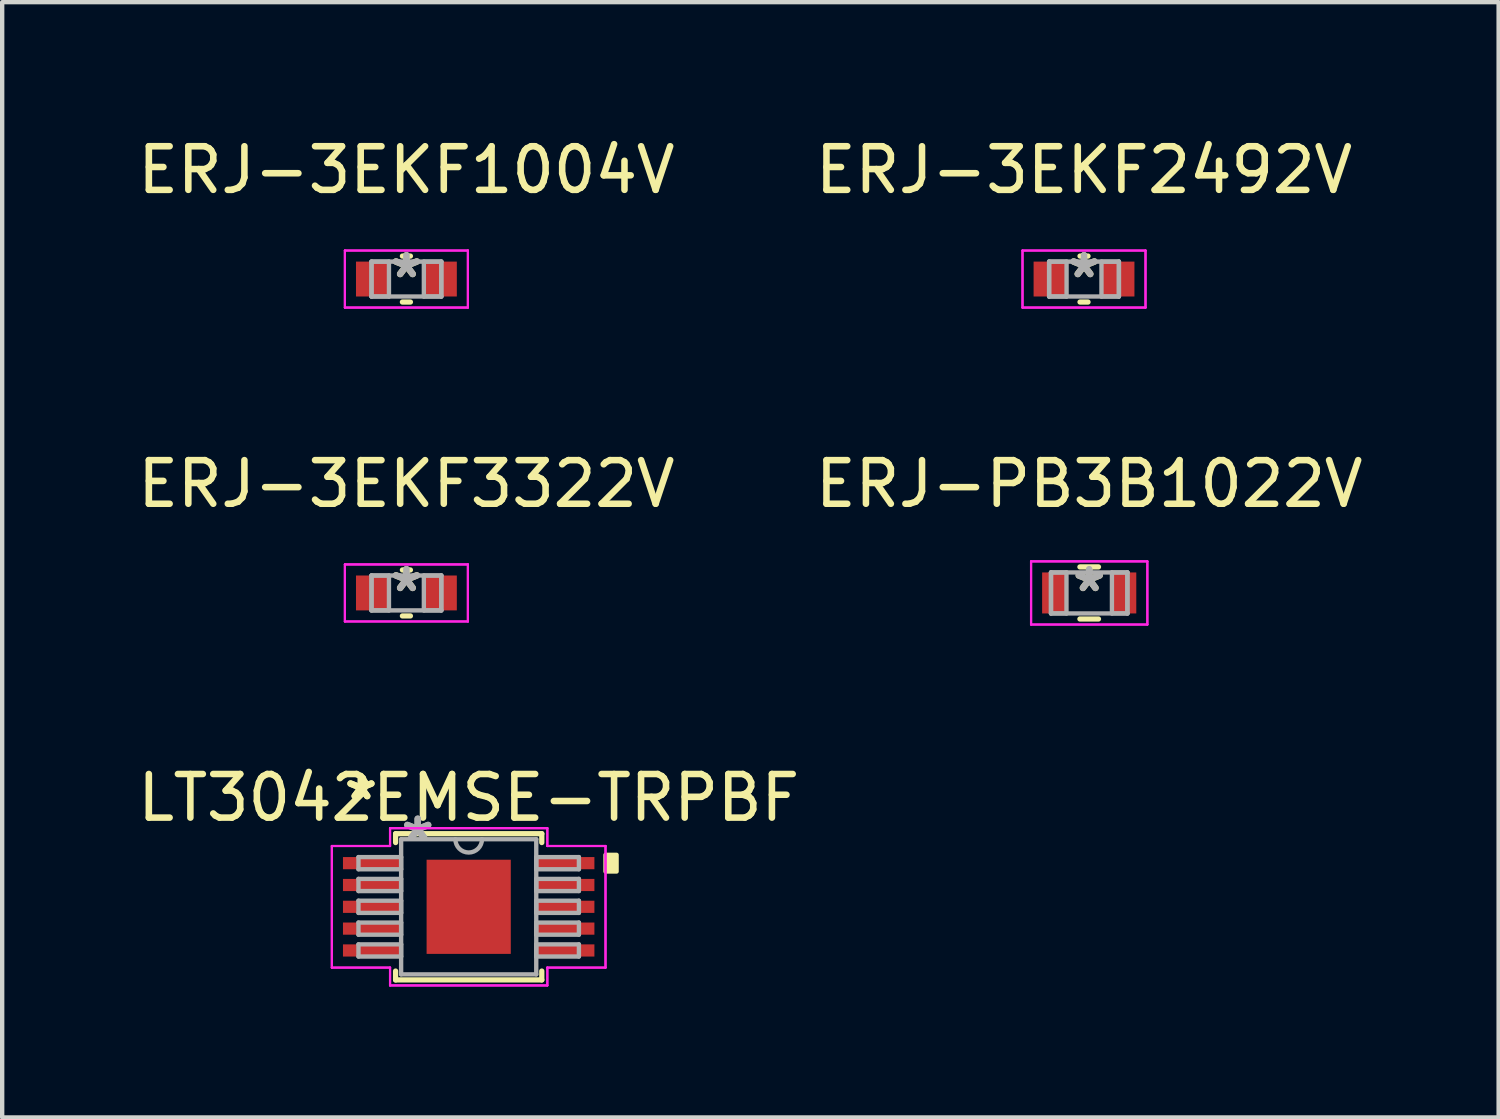
<source format=kicad_pcb>
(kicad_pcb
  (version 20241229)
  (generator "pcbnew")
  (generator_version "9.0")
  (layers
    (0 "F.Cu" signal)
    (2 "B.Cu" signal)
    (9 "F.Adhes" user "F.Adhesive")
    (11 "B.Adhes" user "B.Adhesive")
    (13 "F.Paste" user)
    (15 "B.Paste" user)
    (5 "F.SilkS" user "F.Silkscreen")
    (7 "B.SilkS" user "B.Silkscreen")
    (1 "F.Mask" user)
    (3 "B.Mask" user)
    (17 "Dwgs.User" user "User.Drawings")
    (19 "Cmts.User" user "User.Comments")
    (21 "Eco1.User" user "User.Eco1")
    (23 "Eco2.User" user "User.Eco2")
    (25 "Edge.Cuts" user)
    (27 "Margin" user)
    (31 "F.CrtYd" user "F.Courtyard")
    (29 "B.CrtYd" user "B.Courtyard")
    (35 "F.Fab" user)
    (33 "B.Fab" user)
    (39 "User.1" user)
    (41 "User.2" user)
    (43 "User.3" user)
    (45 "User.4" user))
  (footprint "LT3042EMSE-TRPBF"
    (layer "F.Cu")
    (at 7.696 17.741)
    (property "Reference" "LT3042EMSE-TRPBF" (at 0 -2.5 0) (layer "F.SilkS") (effects (font (size 1 1) (thickness 0.15))))
    (attr through_hole)
    (fp_line (start -1.676 -1.676) (end -1.676 -1.473) (stroke (width 0.12) (type solid)) (layer "F.SilkS"))
    (fp_line (start -1.676 1.473) (end -1.676 1.676) (stroke (width 0.12) (type solid)) (layer "F.SilkS"))
    (fp_line (start -1.676 1.676) (end 1.676 1.676) (stroke (width 0.12) (type solid)) (layer "F.SilkS"))
    (fp_line (start 1.676 -1.676) (end -1.676 -1.676) (stroke (width 0.12) (type solid)) (layer "F.SilkS"))
    (fp_line (start 1.676 -1.473) (end 1.676 -1.676) (stroke (width 0.12) (type solid)) (layer "F.SilkS"))
    (fp_line (start 1.676 1.676) (end 1.676 1.473) (stroke (width 0.12) (type solid)) (layer "F.SilkS"))
    (fp_poly (pts (xy 3.391 -1.191) (xy 3.391 -0.81) (xy 3.137 -0.81) (xy 3.137 -1.191)) (stroke (width 0.1) (type solid)) (fill yes) (layer "F.SilkS"))
    (fp_line (start -3.137 -1.394) (end -1.803 -1.394) (stroke (width 0.05) (type solid)) (layer "F.CrtYd"))
    (fp_line (start -3.137 -1.394) (end -1.803 -1.394) (stroke (width 0.05) (type solid)) (layer "F.CrtYd"))
    (fp_line (start -3.137 1.394) (end -3.137 -1.394) (stroke (width 0.05) (type solid)) (layer "F.CrtYd"))
    (fp_line (start -3.137 1.394) (end -3.137 -1.394) (stroke (width 0.05) (type solid)) (layer "F.CrtYd"))
    (fp_line (start -3.137 1.394) (end -1.803 1.394) (stroke (width 0.05) (type solid)) (layer "F.CrtYd"))
    (fp_line (start -1.803 -1.803) (end 1.803 -1.803) (stroke (width 0.05) (type solid)) (layer "F.CrtYd"))
    (fp_line (start -1.803 -1.803) (end 1.803 -1.803) (stroke (width 0.05) (type solid)) (layer "F.CrtYd"))
    (fp_line (start -1.803 -1.394) (end -1.803 -1.803) (stroke (width 0.05) (type solid)) (layer "F.CrtYd"))
    (fp_line (start -1.803 -1.394) (end -1.803 -1.803) (stroke (width 0.05) (type solid)) (layer "F.CrtYd"))
    (fp_line (start -1.803 1.394) (end -3.137 1.394) (stroke (width 0.05) (type solid)) (layer "F.CrtYd"))
    (fp_line (start -1.803 1.803) (end -1.803 1.394) (stroke (width 0.05) (type solid)) (layer "F.CrtYd"))
    (fp_line (start -1.803 1.803) (end -1.803 1.394) (stroke (width 0.05) (type solid)) (layer "F.CrtYd"))
    (fp_line (start 1.803 -1.803) (end 1.803 -1.394) (stroke (width 0.05) (type solid)) (layer "F.CrtYd"))
    (fp_line (start 1.803 -1.803) (end 1.803 -1.394) (stroke (width 0.05) (type solid)) (layer "F.CrtYd"))
    (fp_line (start 1.803 -1.394) (end 3.137 -1.394) (stroke (width 0.05) (type solid)) (layer "F.CrtYd"))
    (fp_line (start 1.803 1.394) (end 1.803 1.803) (stroke (width 0.05) (type solid)) (layer "F.CrtYd"))
    (fp_line (start 1.803 1.394) (end 1.803 1.803) (stroke (width 0.05) (type solid)) (layer "F.CrtYd"))
    (fp_line (start 1.803 1.803) (end -1.803 1.803) (stroke (width 0.05) (type solid)) (layer "F.CrtYd"))
    (fp_line (start 1.803 1.803) (end -1.803 1.803) (stroke (width 0.05) (type solid)) (layer "F.CrtYd"))
    (fp_line (start 3.137 -1.394) (end 1.803 -1.394) (stroke (width 0.05) (type solid)) (layer "F.CrtYd"))
    (fp_line (start 3.137 -1.394) (end 3.137 1.394) (stroke (width 0.05) (type solid)) (layer "F.CrtYd"))
    (fp_line (start 3.137 -1.394) (end 3.137 1.394) (stroke (width 0.05) (type solid)) (layer "F.CrtYd"))
    (fp_line (start 3.137 1.394) (end 1.803 1.394) (stroke (width 0.05) (type solid)) (layer "F.CrtYd"))
    (fp_line (start 3.137 1.394) (end 1.803 1.394) (stroke (width 0.05) (type solid)) (layer "F.CrtYd"))
    (fp_line (start -2.527 -1.14) (end -2.527 -0.861) (stroke (width 0.1) (type solid)) (layer "F.Fab"))
    (fp_line (start -2.527 -0.861) (end -1.549 -0.861) (stroke (width 0.1) (type solid)) (layer "F.Fab"))
    (fp_line (start -2.527 -0.64) (end -2.527 -0.361) (stroke (width 0.1) (type solid)) (layer "F.Fab"))
    (fp_line (start -2.527 -0.361) (end -1.549 -0.361) (stroke (width 0.1) (type solid)) (layer "F.Fab"))
    (fp_line (start -2.527 -0.14) (end -2.527 0.14) (stroke (width 0.1) (type solid)) (layer "F.Fab"))
    (fp_line (start -2.527 0.14) (end -1.549 0.14) (stroke (width 0.1) (type solid)) (layer "F.Fab"))
    (fp_line (start -2.527 0.361) (end -2.527 0.64) (stroke (width 0.1) (type solid)) (layer "F.Fab"))
    (fp_line (start -2.527 0.64) (end -1.549 0.64) (stroke (width 0.1) (type solid)) (layer "F.Fab"))
    (fp_line (start -2.527 0.861) (end -2.527 1.14) (stroke (width 0.1) (type solid)) (layer "F.Fab"))
    (fp_line (start -2.527 1.14) (end -1.549 1.14) (stroke (width 0.1) (type solid)) (layer "F.Fab"))
    (fp_line (start -1.549 -1.549) (end -1.549 1.549) (stroke (width 0.1) (type solid)) (layer "F.Fab"))
    (fp_line (start -1.549 -1.14) (end -2.527 -1.14) (stroke (width 0.1) (type solid)) (layer "F.Fab"))
    (fp_line (start -1.549 -0.861) (end -1.549 -1.14) (stroke (width 0.1) (type solid)) (layer "F.Fab"))
    (fp_line (start -1.549 -0.64) (end -2.527 -0.64) (stroke (width 0.1) (type solid)) (layer "F.Fab"))
    (fp_line (start -1.549 -0.361) (end -1.549 -0.64) (stroke (width 0.1) (type solid)) (layer "F.Fab"))
    (fp_line (start -1.549 -0.14) (end -2.527 -0.14) (stroke (width 0.1) (type solid)) (layer "F.Fab"))
    (fp_line (start -1.549 0.14) (end -1.549 -0.14) (stroke (width 0.1) (type solid)) (layer "F.Fab"))
    (fp_line (start -1.549 0.361) (end -2.527 0.361) (stroke (width 0.1) (type solid)) (layer "F.Fab"))
    (fp_line (start -1.549 0.64) (end -1.549 0.361) (stroke (width 0.1) (type solid)) (layer "F.Fab"))
    (fp_line (start -1.549 0.861) (end -2.527 0.861) (stroke (width 0.1) (type solid)) (layer "F.Fab"))
    (fp_line (start -1.549 1.14) (end -1.549 0.861) (stroke (width 0.1) (type solid)) (layer "F.Fab"))
    (fp_line (start -1.549 1.549) (end 1.549 1.549) (stroke (width 0.1) (type solid)) (layer "F.Fab"))
    (fp_line (start 1.549 -1.549) (end -1.549 -1.549) (stroke (width 0.1) (type solid)) (layer "F.Fab"))
    (fp_line (start 1.549 -1.14) (end 1.549 -0.861) (stroke (width 0.1) (type solid)) (layer "F.Fab"))
    (fp_line (start 1.549 -0.861) (end 2.527 -0.861) (stroke (width 0.1) (type solid)) (layer "F.Fab"))
    (fp_line (start 1.549 -0.64) (end 1.549 -0.361) (stroke (width 0.1) (type solid)) (layer "F.Fab"))
    (fp_line (start 1.549 -0.361) (end 2.527 -0.361) (stroke (width 0.1) (type solid)) (layer "F.Fab"))
    (fp_line (start 1.549 -0.14) (end 1.549 0.14) (stroke (width 0.1) (type solid)) (layer "F.Fab"))
    (fp_line (start 1.549 0.14) (end 2.527 0.14) (stroke (width 0.1) (type solid)) (layer "F.Fab"))
    (fp_line (start 1.549 0.361) (end 1.549 0.64) (stroke (width 0.1) (type solid)) (layer "F.Fab"))
    (fp_line (start 1.549 0.64) (end 2.527 0.64) (stroke (width 0.1) (type solid)) (layer "F.Fab"))
    (fp_line (start 1.549 0.861) (end 1.549 1.14) (stroke (width 0.1) (type solid)) (layer "F.Fab"))
    (fp_line (start 1.549 1.14) (end 2.527 1.14) (stroke (width 0.1) (type solid)) (layer "F.Fab"))
    (fp_line (start 1.549 1.549) (end 1.549 -1.549) (stroke (width 0.1) (type solid)) (layer "F.Fab"))
    (fp_line (start 2.527 -1.14) (end 1.549 -1.14) (stroke (width 0.1) (type solid)) (layer "F.Fab"))
    (fp_line (start 2.527 -0.861) (end 2.527 -1.14) (stroke (width 0.1) (type solid)) (layer "F.Fab"))
    (fp_line (start 2.527 -0.64) (end 1.549 -0.64) (stroke (width 0.1) (type solid)) (layer "F.Fab"))
    (fp_line (start 2.527 -0.361) (end 2.527 -0.64) (stroke (width 0.1) (type solid)) (layer "F.Fab"))
    (fp_line (start 2.527 -0.14) (end 1.549 -0.14) (stroke (width 0.1) (type solid)) (layer "F.Fab"))
    (fp_line (start 2.527 0.14) (end 2.527 -0.14) (stroke (width 0.1) (type solid)) (layer "F.Fab"))
    (fp_line (start 2.527 0.361) (end 1.549 0.361) (stroke (width 0.1) (type solid)) (layer "F.Fab"))
    (fp_line (start 2.527 0.64) (end 2.527 0.361) (stroke (width 0.1) (type solid)) (layer "F.Fab"))
    (fp_line (start 2.527 0.861) (end 1.549 0.861) (stroke (width 0.1) (type solid)) (layer "F.Fab"))
    (fp_line (start 2.527 1.14) (end 2.527 0.861) (stroke (width 0.1) (type solid)) (layer "F.Fab"))
    (fp_arc (start 0.3048 -1.5494) (mid 0 -1.2446) (end -0.3048 -1.5494) (stroke (width 0.1) (type solid)) (layer "F.Fab"))
    (fp_text user "*" (at -2.47 -2.423 0) (layer "F.SilkS") (effects (font (size 1 1) (thickness 0.15))))
    (fp_text user "*" (at -2.47 -2.423 0) (layer "F.SilkS") (effects (font (size 1 1) (thickness 0.15))))
    (fp_text user "*" (at -1.168 -1.473 0) (layer "F.Fab") (effects (font (size 1 1) (thickness 0.15))))
    (fp_text user "*" (at -1.168 -1.473 0) (layer "F.Fab") (effects (font (size 1 1) (thickness 0.15))))
    (pad "1" smd rect (at -2.216 -1.001) (size 1.333 0.279) (layers "F.Cu" "F.Mask" "F.Paste"))
    (pad "2" smd rect (at -2.216 -0.5) (size 1.333 0.279) (layers "F.Cu" "F.Mask" "F.Paste"))
    (pad "3" smd rect (at -2.216 0) (size 1.333 0.279) (layers "F.Cu" "F.Mask" "F.Paste"))
    (pad "4" smd rect (at -2.216 0.5) (size 1.333 0.279) (layers "F.Cu" "F.Mask" "F.Paste"))
    (pad "5" smd rect (at -2.216 1.001) (size 1.333 0.279) (layers "F.Cu" "F.Mask" "F.Paste"))
    (pad "6" smd rect (at 2.216 1.001) (size 1.333 0.279) (layers "F.Cu" "F.Mask" "F.Paste"))
    (pad "7" smd rect (at 2.216 0.5) (size 1.333 0.279) (layers "F.Cu" "F.Mask" "F.Paste"))
    (pad "8" smd rect (at 2.216 0) (size 1.333 0.279) (layers "F.Cu" "F.Mask" "F.Paste"))
    (pad "9" smd rect (at 2.216 -0.5) (size 1.333 0.279) (layers "F.Cu" "F.Mask" "F.Paste"))
    (pad "10" smd rect (at 2.216 -1.001) (size 1.333 0.279) (layers "F.Cu" "F.Mask" "F.Paste"))
    (pad "EPAD" smd rect (at 0 0) (size 1.93 2.159) (layers "F.Cu" "F.Mask" "F.Paste")))
  (footprint "ERJ-3EKF2492V"
    (layer "F.Cu")
    (at 21.804 3.348)
    (property "Reference" "ERJ-3EKF2492V" (at 0 -2.5 0) (layer "F.SilkS") (effects (font (size 1 1) (thickness 0.15))))
    (attr through_hole)
    (fp_line (start -0.092 0.527) (end 0.092 0.527) (stroke (width 0.12) (type solid)) (layer "F.SilkS"))
    (fp_line (start 0.092 -0.527) (end -0.092 -0.527) (stroke (width 0.12) (type solid)) (layer "F.SilkS"))
    (fp_line (start -1.41 -0.654) (end 1.41 -0.654) (stroke (width 0.05) (type solid)) (layer "F.CrtYd"))
    (fp_line (start -1.41 -0.654) (end 1.41 -0.654) (stroke (width 0.05) (type solid)) (layer "F.CrtYd"))
    (fp_line (start -1.41 0.654) (end -1.41 -0.654) (stroke (width 0.05) (type solid)) (layer "F.CrtYd"))
    (fp_line (start -1.41 0.654) (end -1.41 -0.654) (stroke (width 0.05) (type solid)) (layer "F.CrtYd"))
    (fp_line (start 1.41 -0.654) (end 1.41 0.654) (stroke (width 0.05) (type solid)) (layer "F.CrtYd"))
    (fp_line (start 1.41 -0.654) (end 1.41 0.654) (stroke (width 0.05) (type solid)) (layer "F.CrtYd"))
    (fp_line (start 1.41 0.654) (end -1.41 0.654) (stroke (width 0.05) (type solid)) (layer "F.CrtYd"))
    (fp_line (start 1.41 0.654) (end -1.41 0.654) (stroke (width 0.05) (type solid)) (layer "F.CrtYd"))
    (fp_line (start -0.8 -0.4) (end -0.8 0.4) (stroke (width 0.1) (type solid)) (layer "F.Fab"))
    (fp_line (start -0.8 -0.4) (end -0.8 0.4) (stroke (width 0.1) (type solid)) (layer "F.Fab"))
    (fp_line (start -0.8 0.4) (end -0.4 0.4) (stroke (width 0.1) (type solid)) (layer "F.Fab"))
    (fp_line (start -0.8 0.4) (end 0.8 0.4) (stroke (width 0.1) (type solid)) (layer "F.Fab"))
    (fp_line (start -0.4 -0.4) (end -0.8 -0.4) (stroke (width 0.1) (type solid)) (layer "F.Fab"))
    (fp_line (start -0.4 0.4) (end -0.4 -0.4) (stroke (width 0.1) (type solid)) (layer "F.Fab"))
    (fp_line (start 0.4 -0.4) (end 0.4 0.4) (stroke (width 0.1) (type solid)) (layer "F.Fab"))
    (fp_line (start 0.4 0.4) (end 0.8 0.4) (stroke (width 0.1) (type solid)) (layer "F.Fab"))
    (fp_line (start 0.8 -0.4) (end -0.8 -0.4) (stroke (width 0.1) (type solid)) (layer "F.Fab"))
    (fp_line (start 0.8 -0.4) (end 0.4 -0.4) (stroke (width 0.1) (type solid)) (layer "F.Fab"))
    (fp_line (start 0.8 0.4) (end 0.8 -0.4) (stroke (width 0.1) (type solid)) (layer "F.Fab"))
    (fp_line (start 0.8 0.4) (end 0.8 -0.4) (stroke (width 0.1) (type solid)) (layer "F.Fab"))
    (fp_text user "*" (at 0 0 0) (layer "F.SilkS") (effects (font (size 1 1) (thickness 0.15))))
    (fp_text user "*" (at 0 0 0) (layer "F.Fab") (effects (font (size 1 1) (thickness 0.15))))
    (pad "1" smd rect (at -0.778 0) (size 0.756 0.8) (layers "F.Cu" "F.Mask" "F.Paste"))
    (pad "2" smd rect (at 0.778 0) (size 0.756 0.8) (layers "F.Cu" "F.Mask" "F.Paste")))
  (footprint "ERJ-3EKF3322V"
    (layer "F.Cu")
    (at 6.268 10.545)
    (property "Reference" "ERJ-3EKF3322V" (at 0 -2.5 0) (layer "F.SilkS") (effects (font (size 1 1) (thickness 0.15))))
    (attr through_hole)
    (fp_line (start -0.092 0.527) (end 0.092 0.527) (stroke (width 0.12) (type solid)) (layer "F.SilkS"))
    (fp_line (start 0.092 -0.527) (end -0.092 -0.527) (stroke (width 0.12) (type solid)) (layer "F.SilkS"))
    (fp_line (start -1.41 -0.654) (end 1.41 -0.654) (stroke (width 0.05) (type solid)) (layer "F.CrtYd"))
    (fp_line (start -1.41 -0.654) (end 1.41 -0.654) (stroke (width 0.05) (type solid)) (layer "F.CrtYd"))
    (fp_line (start -1.41 0.654) (end -1.41 -0.654) (stroke (width 0.05) (type solid)) (layer "F.CrtYd"))
    (fp_line (start -1.41 0.654) (end -1.41 -0.654) (stroke (width 0.05) (type solid)) (layer "F.CrtYd"))
    (fp_line (start 1.41 -0.654) (end 1.41 0.654) (stroke (width 0.05) (type solid)) (layer "F.CrtYd"))
    (fp_line (start 1.41 -0.654) (end 1.41 0.654) (stroke (width 0.05) (type solid)) (layer "F.CrtYd"))
    (fp_line (start 1.41 0.654) (end -1.41 0.654) (stroke (width 0.05) (type solid)) (layer "F.CrtYd"))
    (fp_line (start 1.41 0.654) (end -1.41 0.654) (stroke (width 0.05) (type solid)) (layer "F.CrtYd"))
    (fp_line (start -0.8 -0.4) (end -0.8 0.4) (stroke (width 0.1) (type solid)) (layer "F.Fab"))
    (fp_line (start -0.8 -0.4) (end -0.8 0.4) (stroke (width 0.1) (type solid)) (layer "F.Fab"))
    (fp_line (start -0.8 0.4) (end -0.4 0.4) (stroke (width 0.1) (type solid)) (layer "F.Fab"))
    (fp_line (start -0.8 0.4) (end 0.8 0.4) (stroke (width 0.1) (type solid)) (layer "F.Fab"))
    (fp_line (start -0.4 -0.4) (end -0.8 -0.4) (stroke (width 0.1) (type solid)) (layer "F.Fab"))
    (fp_line (start -0.4 0.4) (end -0.4 -0.4) (stroke (width 0.1) (type solid)) (layer "F.Fab"))
    (fp_line (start 0.4 -0.4) (end 0.4 0.4) (stroke (width 0.1) (type solid)) (layer "F.Fab"))
    (fp_line (start 0.4 0.4) (end 0.8 0.4) (stroke (width 0.1) (type solid)) (layer "F.Fab"))
    (fp_line (start 0.8 -0.4) (end -0.8 -0.4) (stroke (width 0.1) (type solid)) (layer "F.Fab"))
    (fp_line (start 0.8 -0.4) (end 0.4 -0.4) (stroke (width 0.1) (type solid)) (layer "F.Fab"))
    (fp_line (start 0.8 0.4) (end 0.8 -0.4) (stroke (width 0.1) (type solid)) (layer "F.Fab"))
    (fp_line (start 0.8 0.4) (end 0.8 -0.4) (stroke (width 0.1) (type solid)) (layer "F.Fab"))
    (fp_text user "*" (at 0 0 0) (layer "F.SilkS") (effects (font (size 1 1) (thickness 0.15))))
    (fp_text user "*" (at 0 0 0) (layer "F.Fab") (effects (font (size 1 1) (thickness 0.15))))
    (pad "1" smd rect (at -0.778 0) (size 0.756 0.8) (layers "F.Cu" "F.Mask" "F.Paste"))
    (pad "2" smd rect (at 0.778 0) (size 0.756 0.8) (layers "F.Cu" "F.Mask" "F.Paste")))
  (footprint "ERJ-PB3B1022V"
    (layer "F.Cu")
    (at 21.923 10.545)
    (property "Reference" "ERJ-PB3B1022V" (at 0 -2.5 0) (layer "F.SilkS") (effects (font (size 1 1) (thickness 0.15))))
    (attr through_hole)
    (fp_line (start -0.213 0.597) (end 0.213 0.597) (stroke (width 0.12) (type solid)) (layer "F.SilkS"))
    (fp_line (start 0.213 -0.597) (end -0.213 -0.597) (stroke (width 0.12) (type solid)) (layer "F.SilkS"))
    (fp_line (start -1.333 -0.724) (end 1.333 -0.724) (stroke (width 0.05) (type solid)) (layer "F.CrtYd"))
    (fp_line (start -1.333 -0.724) (end 1.333 -0.724) (stroke (width 0.05) (type solid)) (layer "F.CrtYd"))
    (fp_line (start -1.333 0.724) (end -1.333 -0.724) (stroke (width 0.05) (type solid)) (layer "F.CrtYd"))
    (fp_line (start -1.333 0.724) (end -1.333 -0.724) (stroke (width 0.05) (type solid)) (layer "F.CrtYd"))
    (fp_line (start 1.333 -0.724) (end 1.333 0.724) (stroke (width 0.05) (type solid)) (layer "F.CrtYd"))
    (fp_line (start 1.333 -0.724) (end 1.333 0.724) (stroke (width 0.05) (type solid)) (layer "F.CrtYd"))
    (fp_line (start 1.333 0.724) (end -1.333 0.724) (stroke (width 0.05) (type solid)) (layer "F.CrtYd"))
    (fp_line (start 1.333 0.724) (end -1.333 0.724) (stroke (width 0.05) (type solid)) (layer "F.CrtYd"))
    (fp_line (start -0.876 -0.47) (end -0.876 0.47) (stroke (width 0.1) (type solid)) (layer "F.Fab"))
    (fp_line (start -0.876 -0.47) (end -0.876 0.47) (stroke (width 0.1) (type solid)) (layer "F.Fab"))
    (fp_line (start -0.876 0.47) (end -0.521 0.47) (stroke (width 0.1) (type solid)) (layer "F.Fab"))
    (fp_line (start -0.876 0.47) (end 0.876 0.47) (stroke (width 0.1) (type solid)) (layer "F.Fab"))
    (fp_line (start -0.521 -0.47) (end -0.876 -0.47) (stroke (width 0.1) (type solid)) (layer "F.Fab"))
    (fp_line (start -0.521 0.47) (end -0.521 -0.47) (stroke (width 0.1) (type solid)) (layer "F.Fab"))
    (fp_line (start 0.521 -0.47) (end 0.521 0.47) (stroke (width 0.1) (type solid)) (layer "F.Fab"))
    (fp_line (start 0.521 0.47) (end 0.876 0.47) (stroke (width 0.1) (type solid)) (layer "F.Fab"))
    (fp_line (start 0.876 -0.47) (end -0.876 -0.47) (stroke (width 0.1) (type solid)) (layer "F.Fab"))
    (fp_line (start 0.876 -0.47) (end 0.521 -0.47) (stroke (width 0.1) (type solid)) (layer "F.Fab"))
    (fp_line (start 0.876 0.47) (end 0.876 -0.47) (stroke (width 0.1) (type solid)) (layer "F.Fab"))
    (fp_line (start 0.876 0.47) (end 0.876 -0.47) (stroke (width 0.1) (type solid)) (layer "F.Fab"))
    (fp_text user "*" (at 0 0 0) (layer "F.SilkS") (effects (font (size 1 1) (thickness 0.15))))
    (fp_text user "*" (at 0 0 0) (layer "F.Fab") (effects (font (size 1 1) (thickness 0.15))))
    (pad "1" smd rect (at -0.8 0) (size 0.559 0.94) (layers "F.Cu" "F.Mask" "F.Paste"))
    (pad "2" smd rect (at 0.8 0) (size 0.559 0.94) (layers "F.Cu" "F.Mask" "F.Paste")))
  (footprint "ERJ-3EKF1004V"
    (layer "F.Cu")
    (at 6.268 3.348)
    (property "Reference" "ERJ-3EKF1004V" (at 0 -2.5 0) (layer "F.SilkS") (effects (font (size 1 1) (thickness 0.15))))
    (attr through_hole)
    (fp_line (start -0.092 0.527) (end 0.092 0.527) (stroke (width 0.12) (type solid)) (layer "F.SilkS"))
    (fp_line (start 0.092 -0.527) (end -0.092 -0.527) (stroke (width 0.12) (type solid)) (layer "F.SilkS"))
    (fp_line (start -1.41 -0.654) (end 1.41 -0.654) (stroke (width 0.05) (type solid)) (layer "F.CrtYd"))
    (fp_line (start -1.41 -0.654) (end 1.41 -0.654) (stroke (width 0.05) (type solid)) (layer "F.CrtYd"))
    (fp_line (start -1.41 0.654) (end -1.41 -0.654) (stroke (width 0.05) (type solid)) (layer "F.CrtYd"))
    (fp_line (start -1.41 0.654) (end -1.41 -0.654) (stroke (width 0.05) (type solid)) (layer "F.CrtYd"))
    (fp_line (start 1.41 -0.654) (end 1.41 0.654) (stroke (width 0.05) (type solid)) (layer "F.CrtYd"))
    (fp_line (start 1.41 -0.654) (end 1.41 0.654) (stroke (width 0.05) (type solid)) (layer "F.CrtYd"))
    (fp_line (start 1.41 0.654) (end -1.41 0.654) (stroke (width 0.05) (type solid)) (layer "F.CrtYd"))
    (fp_line (start 1.41 0.654) (end -1.41 0.654) (stroke (width 0.05) (type solid)) (layer "F.CrtYd"))
    (fp_line (start -0.8 -0.4) (end -0.8 0.4) (stroke (width 0.1) (type solid)) (layer "F.Fab"))
    (fp_line (start -0.8 -0.4) (end -0.8 0.4) (stroke (width 0.1) (type solid)) (layer "F.Fab"))
    (fp_line (start -0.8 0.4) (end -0.4 0.4) (stroke (width 0.1) (type solid)) (layer "F.Fab"))
    (fp_line (start -0.8 0.4) (end 0.8 0.4) (stroke (width 0.1) (type solid)) (layer "F.Fab"))
    (fp_line (start -0.4 -0.4) (end -0.8 -0.4) (stroke (width 0.1) (type solid)) (layer "F.Fab"))
    (fp_line (start -0.4 0.4) (end -0.4 -0.4) (stroke (width 0.1) (type solid)) (layer "F.Fab"))
    (fp_line (start 0.4 -0.4) (end 0.4 0.4) (stroke (width 0.1) (type solid)) (layer "F.Fab"))
    (fp_line (start 0.4 0.4) (end 0.8 0.4) (stroke (width 0.1) (type solid)) (layer "F.Fab"))
    (fp_line (start 0.8 -0.4) (end -0.8 -0.4) (stroke (width 0.1) (type solid)) (layer "F.Fab"))
    (fp_line (start 0.8 -0.4) (end 0.4 -0.4) (stroke (width 0.1) (type solid)) (layer "F.Fab"))
    (fp_line (start 0.8 0.4) (end 0.8 -0.4) (stroke (width 0.1) (type solid)) (layer "F.Fab"))
    (fp_line (start 0.8 0.4) (end 0.8 -0.4) (stroke (width 0.1) (type solid)) (layer "F.Fab"))
    (fp_text user "*" (at 0 0 0) (layer "F.SilkS") (effects (font (size 1 1) (thickness 0.15))))
    (fp_text user "*" (at 0 0 0) (layer "F.Fab") (effects (font (size 1 1) (thickness 0.15))))
    (pad "1" smd rect (at -0.778 0) (size 0.756 0.8) (layers "F.Cu" "F.Mask" "F.Paste"))
    (pad "2" smd rect (at 0.778 0) (size 0.756 0.8) (layers "F.Cu" "F.Mask" "F.Paste")))
  (gr_rect
    (start -3 -3)
    (end 31.31 22.57)
    (stroke (width 0.1) (type default))
    (fill no)
    (layer "Edge.Cuts")))
</source>
